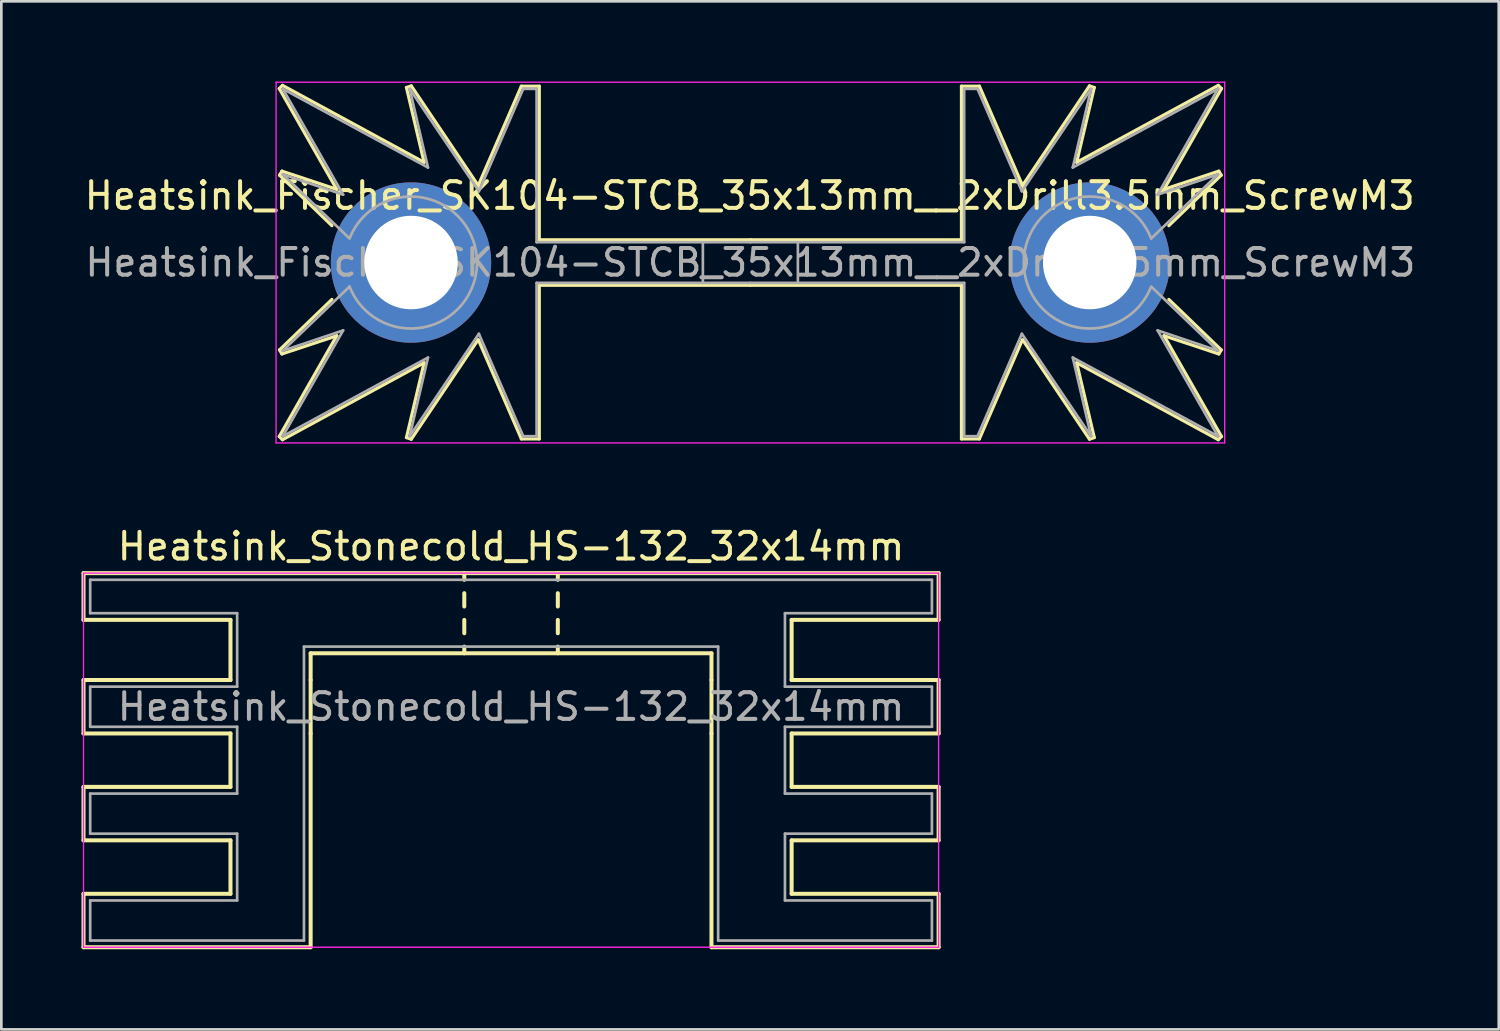
<source format=kicad_pcb>
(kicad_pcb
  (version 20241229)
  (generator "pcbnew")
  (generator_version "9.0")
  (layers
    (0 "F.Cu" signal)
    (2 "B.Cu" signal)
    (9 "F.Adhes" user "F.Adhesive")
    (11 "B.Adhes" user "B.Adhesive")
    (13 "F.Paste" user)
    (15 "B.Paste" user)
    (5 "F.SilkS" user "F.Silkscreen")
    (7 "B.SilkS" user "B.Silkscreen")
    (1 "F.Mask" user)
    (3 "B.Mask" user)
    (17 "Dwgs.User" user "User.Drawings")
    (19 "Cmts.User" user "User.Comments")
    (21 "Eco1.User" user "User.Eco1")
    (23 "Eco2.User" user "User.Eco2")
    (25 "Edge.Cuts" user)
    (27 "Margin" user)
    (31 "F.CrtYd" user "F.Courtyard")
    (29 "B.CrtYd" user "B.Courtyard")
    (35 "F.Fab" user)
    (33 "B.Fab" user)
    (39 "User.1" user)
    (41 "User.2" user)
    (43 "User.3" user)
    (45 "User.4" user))
  (footprint "Heatsink_Stonecold_HS-132_32x14mm"
    (layer "F.Cu")
    (at 16.075 23.398)
    (property "Reference" "Heatsink_Stonecold_HS-132_32x14mm" (at 0 -6 0) (layer "F.SilkS") (effects (font (size 1 1) (thickness 0.15))))
    (attr through_hole)
    (fp_line (start -16 -5) (end 16 -5) (stroke (width 0.15) (type solid)) (layer "F.SilkS"))
    (fp_line (start -16 -3.25) (end -16 -5) (stroke (width 0.15) (type solid)) (layer "F.SilkS"))
    (fp_line (start -16 -1) (end -16 1) (stroke (width 0.15) (type solid)) (layer "F.SilkS"))
    (fp_line (start -16 1) (end -10.5 1) (stroke (width 0.15) (type solid)) (layer "F.SilkS"))
    (fp_line (start -16 3) (end -16 5) (stroke (width 0.15) (type solid)) (layer "F.SilkS"))
    (fp_line (start -16 5) (end -10.5 5) (stroke (width 0.15) (type solid)) (layer "F.SilkS"))
    (fp_line (start -16 7) (end -16 9) (stroke (width 0.15) (type solid)) (layer "F.SilkS"))
    (fp_line (start -10.5 -3.25) (end -16 -3.25) (stroke (width 0.15) (type solid)) (layer "F.SilkS"))
    (fp_line (start -10.5 -3.25) (end -10.5 -1) (stroke (width 0.15) (type solid)) (layer "F.SilkS"))
    (fp_line (start -10.5 -1) (end -16 -1) (stroke (width 0.15) (type solid)) (layer "F.SilkS"))
    (fp_line (start -10.5 1) (end -10.5 3) (stroke (width 0.15) (type solid)) (layer "F.SilkS"))
    (fp_line (start -10.5 3) (end -16 3) (stroke (width 0.15) (type solid)) (layer "F.SilkS"))
    (fp_line (start -10.5 5) (end -10.5 7) (stroke (width 0.15) (type solid)) (layer "F.SilkS"))
    (fp_line (start -10.5 7) (end -16 7) (stroke (width 0.15) (type solid)) (layer "F.SilkS"))
    (fp_line (start -7.5 -2) (end -7.5 -1) (stroke (width 0.15) (type solid)) (layer "F.SilkS"))
    (fp_line (start -7.5 -2) (end 7.5 -2) (stroke (width 0.15) (type solid)) (layer "F.SilkS"))
    (fp_line (start -7.5 1) (end -7.5 -1) (stroke (width 0.15) (type default)) (layer "F.SilkS"))
    (fp_line (start -7.5 1) (end -7.5 9) (stroke (width 0.15) (type solid)) (layer "F.SilkS"))
    (fp_line (start -7.5 9) (end -16 9) (stroke (width 0.15) (type solid)) (layer "F.SilkS"))
    (fp_line (start -1.75 -4.75) (end -1.75 -5) (stroke (width 0.15) (type solid)) (layer "F.SilkS"))
    (fp_line (start -1.75 -4.25) (end -1.75 -3.75) (stroke (width 0.15) (type solid)) (layer "F.SilkS"))
    (fp_line (start -1.75 -3.25) (end -1.75 -2.75) (stroke (width 0.15) (type solid)) (layer "F.SilkS"))
    (fp_line (start -1.75 -2.25) (end -1.75 -2) (stroke (width 0.15) (type solid)) (layer "F.SilkS"))
    (fp_line (start 1.75 -4.75) (end 1.75 -5) (stroke (width 0.15) (type solid)) (layer "F.SilkS"))
    (fp_line (start 1.75 -4.25) (end 1.75 -3.75) (stroke (width 0.15) (type solid)) (layer "F.SilkS"))
    (fp_line (start 1.75 -3.25) (end 1.75 -2.75) (stroke (width 0.15) (type solid)) (layer "F.SilkS"))
    (fp_line (start 1.75 -2.25) (end 1.75 -2) (stroke (width 0.15) (type solid)) (layer "F.SilkS"))
    (fp_line (start 7.5 -2) (end 7.5 -1) (stroke (width 0.15) (type solid)) (layer "F.SilkS"))
    (fp_line (start 7.5 -1) (end 7.5 1) (stroke (width 0.15) (type default)) (layer "F.SilkS"))
    (fp_line (start 7.5 1) (end 7.5 9) (stroke (width 0.15) (type solid)) (layer "F.SilkS"))
    (fp_line (start 7.5 9) (end 16 9) (stroke (width 0.15) (type solid)) (layer "F.SilkS"))
    (fp_line (start 10.5 -3.25) (end 10.5 -1) (stroke (width 0.15) (type solid)) (layer "F.SilkS"))
    (fp_line (start 10.5 -3.25) (end 16 -3.25) (stroke (width 0.15) (type solid)) (layer "F.SilkS"))
    (fp_line (start 10.5 -1) (end 16 -1) (stroke (width 0.15) (type solid)) (layer "F.SilkS"))
    (fp_line (start 10.5 1) (end 10.5 3) (stroke (width 0.15) (type solid)) (layer "F.SilkS"))
    (fp_line (start 10.5 1) (end 16 1) (stroke (width 0.15) (type solid)) (layer "F.SilkS"))
    (fp_line (start 10.5 3) (end 16 3) (stroke (width 0.15) (type solid)) (layer "F.SilkS"))
    (fp_line (start 10.5 5) (end 10.5 7) (stroke (width 0.15) (type solid)) (layer "F.SilkS"))
    (fp_line (start 10.5 5) (end 16 5) (stroke (width 0.15) (type solid)) (layer "F.SilkS"))
    (fp_line (start 10.5 7) (end 16 7) (stroke (width 0.15) (type solid)) (layer "F.SilkS"))
    (fp_line (start 16 -5) (end 16 -3.25) (stroke (width 0.15) (type solid)) (layer "F.SilkS"))
    (fp_line (start 16 -1) (end 16 1) (stroke (width 0.15) (type solid)) (layer "F.SilkS"))
    (fp_line (start 16 3) (end 16 5) (stroke (width 0.15) (type solid)) (layer "F.SilkS"))
    (fp_line (start 16 7) (end 16 9) (stroke (width 0.15) (type solid)) (layer "F.SilkS"))
    (fp_line (start -16 -5) (end -16 9) (stroke (width 0.05) (type solid)) (layer "F.CrtYd"))
    (fp_line (start -16 -5) (end 16 -5) (stroke (width 0.05) (type solid)) (layer "F.CrtYd"))
    (fp_line (start 16 9) (end -16 9) (stroke (width 0.05) (type solid)) (layer "F.CrtYd"))
    (fp_line (start 16 9) (end 16 -5) (stroke (width 0.05) (type solid)) (layer "F.CrtYd"))
    (fp_line (start -15.75 -4.75) (end -15.75 -3.5) (stroke (width 0.1) (type solid)) (layer "F.Fab"))
    (fp_line (start -15.75 -3.5) (end -10.25 -3.5) (stroke (width 0.1) (type solid)) (layer "F.Fab"))
    (fp_line (start -15.75 -0.75) (end -15.75 0.75) (stroke (width 0.1) (type solid)) (layer "F.Fab"))
    (fp_line (start -15.75 0.75) (end -10.25 0.75) (stroke (width 0.1) (type solid)) (layer "F.Fab"))
    (fp_line (start -15.75 3.25) (end -15.75 4.75) (stroke (width 0.1) (type solid)) (layer "F.Fab"))
    (fp_line (start -15.75 4.75) (end -10.25 4.75) (stroke (width 0.1) (type solid)) (layer "F.Fab"))
    (fp_line (start -15.75 7.25) (end -15.75 8.75) (stroke (width 0.1) (type solid)) (layer "F.Fab"))
    (fp_line (start -15.75 8.75) (end -7.75 8.75) (stroke (width 0.1) (type solid)) (layer "F.Fab"))
    (fp_line (start -10.25 -3.5) (end -10.25 -0.75) (stroke (width 0.1) (type solid)) (layer "F.Fab"))
    (fp_line (start -10.25 -0.75) (end -15.75 -0.75) (stroke (width 0.1) (type solid)) (layer "F.Fab"))
    (fp_line (start -10.25 0.75) (end -10.25 3.25) (stroke (width 0.1) (type solid)) (layer "F.Fab"))
    (fp_line (start -10.25 3.25) (end -15.75 3.25) (stroke (width 0.1) (type solid)) (layer "F.Fab"))
    (fp_line (start -10.25 4.75) (end -10.25 7.25) (stroke (width 0.1) (type solid)) (layer "F.Fab"))
    (fp_line (start -10.25 7.25) (end -15.75 7.25) (stroke (width 0.1) (type solid)) (layer "F.Fab"))
    (fp_line (start -7.75 -2.25) (end 7.75 -2.25) (stroke (width 0.1) (type solid)) (layer "F.Fab"))
    (fp_line (start -7.75 8.75) (end -7.75 -2.25) (stroke (width 0.1) (type solid)) (layer "F.Fab"))
    (fp_line (start 7.75 -2.25) (end 7.75 8.75) (stroke (width 0.1) (type solid)) (layer "F.Fab"))
    (fp_line (start 7.75 8.75) (end 15.75 8.75) (stroke (width 0.1) (type solid)) (layer "F.Fab"))
    (fp_line (start 10.25 -3.5) (end 15.75 -3.5) (stroke (width 0.1) (type solid)) (layer "F.Fab"))
    (fp_line (start 10.25 -0.75) (end 10.25 -3.5) (stroke (width 0.1) (type solid)) (layer "F.Fab"))
    (fp_line (start 10.25 0.75) (end 15.75 0.75) (stroke (width 0.1) (type solid)) (layer "F.Fab"))
    (fp_line (start 10.25 3.25) (end 10.25 0.75) (stroke (width 0.1) (type solid)) (layer "F.Fab"))
    (fp_line (start 10.25 4.75) (end 15.75 4.75) (stroke (width 0.1) (type solid)) (layer "F.Fab"))
    (fp_line (start 10.25 7.25) (end 10.25 4.75) (stroke (width 0.1) (type solid)) (layer "F.Fab"))
    (fp_line (start 15.75 -4.75) (end -15.75 -4.75) (stroke (width 0.1) (type solid)) (layer "F.Fab"))
    (fp_line (start 15.75 -3.5) (end 15.75 -4.75) (stroke (width 0.1) (type solid)) (layer "F.Fab"))
    (fp_line (start 15.75 -0.75) (end 10.25 -0.75) (stroke (width 0.1) (type solid)) (layer "F.Fab"))
    (fp_line (start 15.75 0.75) (end 15.75 -0.75) (stroke (width 0.1) (type solid)) (layer "F.Fab"))
    (fp_line (start 15.75 3.25) (end 10.25 3.25) (stroke (width 0.1) (type solid)) (layer "F.Fab"))
    (fp_line (start 15.75 4.75) (end 15.75 3.25) (stroke (width 0.1) (type solid)) (layer "F.Fab"))
    (fp_line (start 15.75 7.25) (end 10.25 7.25) (stroke (width 0.1) (type solid)) (layer "F.Fab"))
    (fp_line (start 15.75 8.75) (end 15.75 7.25) (stroke (width 0.1) (type solid)) (layer "F.Fab"))
    (fp_text user "${REFERENCE}" (at 0 0 0) (layer "F.Fab") (effects (font (size 1 1) (thickness 0.15)))))
  (footprint "Heatsink_Fischer_SK104-STCB_35x13mm__2xDrill3.5mm_ScrewM3"
    (layer "F.Cu")
    (at 25.031 6.775)
    (property "Reference" "Heatsink_Fischer_SK104-STCB_35x13mm__2xDrill3.5mm_ScrewM3" (at -0.025 -2.5 0) (layer "F.SilkS") (effects (font (size 1 1) (thickness 0.15))))
    (attr through_hole)
    (fp_line (start -17.63 -6.51) (end -15.48 -2.74) (stroke (width 0.12) (type solid)) (layer "F.SilkS"))
    (fp_line (start -17.63 6.51) (end -15.48 2.74) (stroke (width 0.12) (type solid)) (layer "F.SilkS"))
    (fp_line (start -17.62 -3.27) (end -15.66 -1.38) (stroke (width 0.12) (type solid)) (layer "F.SilkS"))
    (fp_line (start -17.62 3.27) (end -15.66 1.38) (stroke (width 0.12) (type solid)) (layer "F.SilkS"))
    (fp_line (start -17.53 -3.42) (end -17.62 -3.27) (stroke (width 0.12) (type solid)) (layer "F.SilkS"))
    (fp_line (start -17.53 3.42) (end -17.62 3.27) (stroke (width 0.12) (type solid)) (layer "F.SilkS"))
    (fp_line (start -17.51 -6.63) (end -17.63 -6.51) (stroke (width 0.12) (type solid)) (layer "F.SilkS"))
    (fp_line (start -17.51 6.63) (end -17.63 6.51) (stroke (width 0.12) (type solid)) (layer "F.SilkS"))
    (fp_line (start -15.48 -2.74) (end -17.53 -3.42) (stroke (width 0.12) (type solid)) (layer "F.SilkS"))
    (fp_line (start -15.48 2.74) (end -17.53 3.42) (stroke (width 0.12) (type solid)) (layer "F.SilkS"))
    (fp_line (start -12.87 -6.55) (end -12.21 -3.75) (stroke (width 0.12) (type solid)) (layer "F.SilkS"))
    (fp_line (start -12.87 6.55) (end -12.21 3.75) (stroke (width 0.12) (type solid)) (layer "F.SilkS"))
    (fp_line (start -12.69 -6.61) (end -12.87 -6.55) (stroke (width 0.12) (type solid)) (layer "F.SilkS"))
    (fp_line (start -12.69 6.61) (end -12.87 6.55) (stroke (width 0.12) (type solid)) (layer "F.SilkS"))
    (fp_line (start -12.21 -3.75) (end -17.51 -6.63) (stroke (width 0.12) (type solid)) (layer "F.SilkS"))
    (fp_line (start -12.21 3.75) (end -17.51 6.63) (stroke (width 0.12) (type solid)) (layer "F.SilkS"))
    (fp_line (start -10.19 -2.89) (end -12.69 -6.61) (stroke (width 0.12) (type solid)) (layer "F.SilkS"))
    (fp_line (start -10.19 2.89) (end -12.69 6.61) (stroke (width 0.12) (type solid)) (layer "F.SilkS"))
    (fp_line (start -8.57 -6.6) (end -10.18 -2.89) (stroke (width 0.12) (type solid)) (layer "F.SilkS"))
    (fp_line (start -8.57 6.6) (end -10.18 2.89) (stroke (width 0.12) (type solid)) (layer "F.SilkS"))
    (fp_line (start -7.9 -6.6) (end -8.57 -6.6) (stroke (width 0.12) (type solid)) (layer "F.SilkS"))
    (fp_line (start -7.9 -0.85) (end -7.9 -6.6) (stroke (width 0.12) (type solid)) (layer "F.SilkS"))
    (fp_line (start -7.9 0.85) (end -7.9 6.6) (stroke (width 0.12) (type solid)) (layer "F.SilkS"))
    (fp_line (start -7.9 6.6) (end -8.57 6.6) (stroke (width 0.12) (type solid)) (layer "F.SilkS"))
    (fp_line (start 0 -0.85) (end -7.9 -0.85) (stroke (width 0.12) (type solid)) (layer "F.SilkS"))
    (fp_line (start 0 -0.85) (end 7.9 -0.85) (stroke (width 0.12) (type solid)) (layer "F.SilkS"))
    (fp_line (start 0 0.85) (end -7.9 0.85) (stroke (width 0.12) (type solid)) (layer "F.SilkS"))
    (fp_line (start 0 0.85) (end 7.9 0.85) (stroke (width 0.12) (type solid)) (layer "F.SilkS"))
    (fp_line (start 7.9 -6.6) (end 8.57 -6.6) (stroke (width 0.12) (type solid)) (layer "F.SilkS"))
    (fp_line (start 7.9 -0.85) (end 7.9 -6.6) (stroke (width 0.12) (type solid)) (layer "F.SilkS"))
    (fp_line (start 7.9 0.85) (end 7.9 6.6) (stroke (width 0.12) (type solid)) (layer "F.SilkS"))
    (fp_line (start 7.9 6.6) (end 8.57 6.6) (stroke (width 0.12) (type solid)) (layer "F.SilkS"))
    (fp_line (start 8.57 -6.6) (end 10.18 -2.89) (stroke (width 0.12) (type solid)) (layer "F.SilkS"))
    (fp_line (start 8.57 6.6) (end 10.18 2.89) (stroke (width 0.12) (type solid)) (layer "F.SilkS"))
    (fp_line (start 10.19 -2.89) (end 12.69 -6.61) (stroke (width 0.12) (type solid)) (layer "F.SilkS"))
    (fp_line (start 10.19 2.89) (end 12.69 6.61) (stroke (width 0.12) (type solid)) (layer "F.SilkS"))
    (fp_line (start 12.21 -3.75) (end 17.51 -6.63) (stroke (width 0.12) (type solid)) (layer "F.SilkS"))
    (fp_line (start 12.21 3.75) (end 17.51 6.63) (stroke (width 0.12) (type solid)) (layer "F.SilkS"))
    (fp_line (start 12.69 -6.61) (end 12.87 -6.55) (stroke (width 0.12) (type solid)) (layer "F.SilkS"))
    (fp_line (start 12.69 6.61) (end 12.87 6.55) (stroke (width 0.12) (type solid)) (layer "F.SilkS"))
    (fp_line (start 12.87 -6.55) (end 12.21 -3.75) (stroke (width 0.12) (type solid)) (layer "F.SilkS"))
    (fp_line (start 12.87 6.55) (end 12.21 3.75) (stroke (width 0.12) (type solid)) (layer "F.SilkS"))
    (fp_line (start 15.48 -2.74) (end 17.53 -3.42) (stroke (width 0.12) (type solid)) (layer "F.SilkS"))
    (fp_line (start 15.48 2.74) (end 17.53 3.42) (stroke (width 0.12) (type solid)) (layer "F.SilkS"))
    (fp_line (start 17.51 -6.63) (end 17.63 -6.51) (stroke (width 0.12) (type solid)) (layer "F.SilkS"))
    (fp_line (start 17.51 6.63) (end 17.63 6.51) (stroke (width 0.12) (type solid)) (layer "F.SilkS"))
    (fp_line (start 17.53 -3.42) (end 17.62 -3.27) (stroke (width 0.12) (type solid)) (layer "F.SilkS"))
    (fp_line (start 17.53 3.42) (end 17.62 3.27) (stroke (width 0.12) (type solid)) (layer "F.SilkS"))
    (fp_line (start 17.62 -3.27) (end 15.66 -1.38) (stroke (width 0.12) (type solid)) (layer "F.SilkS"))
    (fp_line (start 17.62 3.27) (end 15.66 1.38) (stroke (width 0.12) (type solid)) (layer "F.SilkS"))
    (fp_line (start 17.63 -6.51) (end 15.48 -2.74) (stroke (width 0.12) (type solid)) (layer "F.SilkS"))
    (fp_line (start 17.63 6.51) (end 15.48 2.74) (stroke (width 0.12) (type solid)) (layer "F.SilkS"))
    (fp_line (start -17.75 -6.75) (end -17.75 6.75) (stroke (width 0.05) (type solid)) (layer "F.CrtYd"))
    (fp_line (start -17.75 -6.75) (end 17.75 -6.75) (stroke (width 0.05) (type solid)) (layer "F.CrtYd"))
    (fp_line (start 17.75 6.75) (end -17.75 6.75) (stroke (width 0.05) (type solid)) (layer "F.CrtYd"))
    (fp_line (start 17.75 6.75) (end 17.75 -6.75) (stroke (width 0.05) (type solid)) (layer "F.CrtYd"))
    (fp_line (start -17.5 -6.5) (end -15.24 -2.54) (stroke (width 0.1) (type solid)) (layer "F.Fab"))
    (fp_line (start -17.5 -6.5) (end -12.065 -3.556) (stroke (width 0.1) (type solid)) (layer "F.Fab"))
    (fp_line (start -17.5 -3.3) (end -15 -0.9) (stroke (width 0.1) (type solid)) (layer "F.Fab"))
    (fp_line (start -17.5 3.3) (end -15 0.9) (stroke (width 0.1) (type solid)) (layer "F.Fab"))
    (fp_line (start -17.5 6.5) (end -15.24 2.54) (stroke (width 0.1) (type solid)) (layer "F.Fab"))
    (fp_line (start -17.5 6.5) (end -12.065 3.556) (stroke (width 0.1) (type solid)) (layer "F.Fab"))
    (fp_line (start -15.24 -2.54) (end -17.5 -3.3) (stroke (width 0.1) (type solid)) (layer "F.Fab"))
    (fp_line (start -15.24 2.54) (end -17.5 3.3) (stroke (width 0.1) (type solid)) (layer "F.Fab"))
    (fp_line (start -12.065 -3.556) (end -12.75 -6.5) (stroke (width 0.1) (type solid)) (layer "F.Fab"))
    (fp_line (start -12.065 3.556) (end -12.75 6.5) (stroke (width 0.1) (type solid)) (layer "F.Fab"))
    (fp_line (start -10.16 -2.667) (end -12.75 -6.5) (stroke (width 0.1) (type solid)) (layer "F.Fab"))
    (fp_line (start -10.16 2.667) (end -12.75 6.5) (stroke (width 0.1) (type solid)) (layer "F.Fab"))
    (fp_line (start -8.5 -6.5) (end -10.16 -2.667) (stroke (width 0.1) (type solid)) (layer "F.Fab"))
    (fp_line (start -8.5 6.5) (end -10.16 2.667) (stroke (width 0.1) (type solid)) (layer "F.Fab"))
    (fp_line (start -8.001 -0.762) (end -8 -6.5) (stroke (width 0.1) (type solid)) (layer "F.Fab"))
    (fp_line (start -8.001 0.762) (end -8 6.5) (stroke (width 0.1) (type solid)) (layer "F.Fab"))
    (fp_line (start -8 -6.5) (end -8.5 -6.5) (stroke (width 0.1) (type solid)) (layer "F.Fab"))
    (fp_line (start -8 6.5) (end -8.5 6.5) (stroke (width 0.1) (type solid)) (layer "F.Fab"))
    (fp_line (start -1.778 0.762) (end -1.778 -0.762) (stroke (width 0.1) (type solid)) (layer "F.Fab"))
    (fp_line (start 0 -0.762) (end -8.001 -0.762) (stroke (width 0.1) (type solid)) (layer "F.Fab"))
    (fp_line (start 0 -0.762) (end 8.001 -0.762) (stroke (width 0.1) (type solid)) (layer "F.Fab"))
    (fp_line (start 0 0.762) (end -8.001 0.762) (stroke (width 0.1) (type solid)) (layer "F.Fab"))
    (fp_line (start 0 0.762) (end 8.001 0.762) (stroke (width 0.1) (type solid)) (layer "F.Fab"))
    (fp_line (start 1.778 -0.762) (end 1.778 0.762) (stroke (width 0.1) (type solid)) (layer "F.Fab"))
    (fp_line (start 8 -6.5) (end 8.5 -6.5) (stroke (width 0.1) (type solid)) (layer "F.Fab"))
    (fp_line (start 8 6.5) (end 8.5 6.5) (stroke (width 0.1) (type solid)) (layer "F.Fab"))
    (fp_line (start 8.001 -0.762) (end 8 -6.5) (stroke (width 0.1) (type solid)) (layer "F.Fab"))
    (fp_line (start 8.001 0.762) (end 8 6.5) (stroke (width 0.1) (type solid)) (layer "F.Fab"))
    (fp_line (start 8.5 -6.5) (end 10.16 -2.667) (stroke (width 0.1) (type solid)) (layer "F.Fab"))
    (fp_line (start 8.5 6.5) (end 10.16 2.667) (stroke (width 0.1) (type solid)) (layer "F.Fab"))
    (fp_line (start 10.16 -2.667) (end 12.75 -6.5) (stroke (width 0.1) (type solid)) (layer "F.Fab"))
    (fp_line (start 10.16 2.667) (end 12.75 6.5) (stroke (width 0.1) (type solid)) (layer "F.Fab"))
    (fp_line (start 12.065 -3.556) (end 12.75 -6.5) (stroke (width 0.1) (type solid)) (layer "F.Fab"))
    (fp_line (start 12.065 3.556) (end 12.75 6.5) (stroke (width 0.1) (type solid)) (layer "F.Fab"))
    (fp_line (start 15.24 -2.54) (end 17.5 -3.3) (stroke (width 0.1) (type solid)) (layer "F.Fab"))
    (fp_line (start 15.24 2.54) (end 17.5 3.3) (stroke (width 0.1) (type solid)) (layer "F.Fab"))
    (fp_line (start 17.5 -6.5) (end 12.065 -3.556) (stroke (width 0.1) (type solid)) (layer "F.Fab"))
    (fp_line (start 17.5 -6.5) (end 15.24 -2.54) (stroke (width 0.1) (type solid)) (layer "F.Fab"))
    (fp_line (start 17.5 -3.3) (end 15 -0.9) (stroke (width 0.1) (type solid)) (layer "F.Fab"))
    (fp_line (start 17.5 3.3) (end 15 0.9) (stroke (width 0.1) (type solid)) (layer "F.Fab"))
    (fp_line (start 17.5 6.5) (end 12.065 3.556) (stroke (width 0.1) (type solid)) (layer "F.Fab"))
    (fp_line (start 17.5 6.5) (end 15.24 2.54) (stroke (width 0.1) (type solid)) (layer "F.Fab"))
    (fp_arc (start -14.99272 -0.918387) (mid -10.230202 0.009888) (end -15 0.9) (stroke (width 0.1) (type solid)) (layer "F.Fab"))
    (fp_arc (start 14.99272 0.918387) (mid 10.230202 -0.009888) (end 15 -0.9) (stroke (width 0.1) (type solid)) (layer "F.Fab"))
    (fp_text user "${REFERENCE}" (at 0 0 0) (layer "F.Fab") (effects (font (size 1 1) (thickness 0.15))))
    (pad "" np_thru_hole circle (at -12.7 0 180) (size 6 6) (drill 3.5) (layers "*.Cu" "*.Mask"))
    (pad "" np_thru_hole circle (at 12.7 0) (size 6 6) (drill 3.5) (layers "*.Cu" "*.Mask")))
  (gr_rect
    (start -3 -3)
    (end 53.037 35.473)
    (stroke (width 0.1) (type default))
    (fill no)
    (layer "Edge.Cuts")))
</source>
